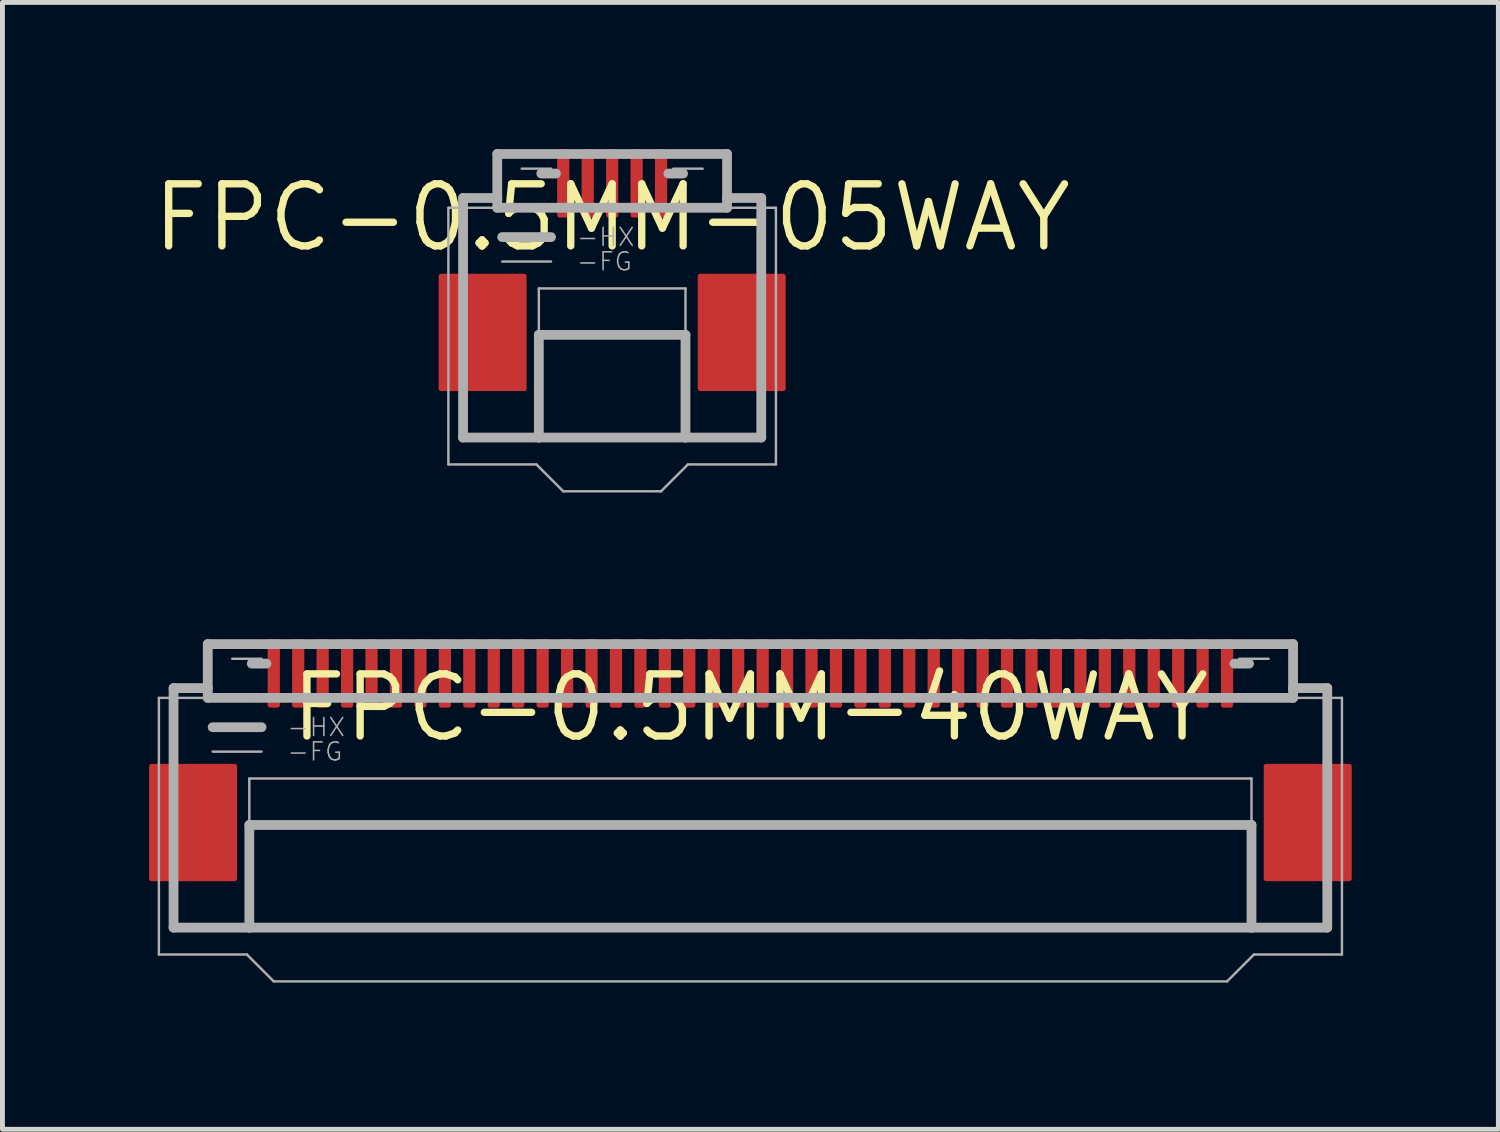
<source format=kicad_pcb>
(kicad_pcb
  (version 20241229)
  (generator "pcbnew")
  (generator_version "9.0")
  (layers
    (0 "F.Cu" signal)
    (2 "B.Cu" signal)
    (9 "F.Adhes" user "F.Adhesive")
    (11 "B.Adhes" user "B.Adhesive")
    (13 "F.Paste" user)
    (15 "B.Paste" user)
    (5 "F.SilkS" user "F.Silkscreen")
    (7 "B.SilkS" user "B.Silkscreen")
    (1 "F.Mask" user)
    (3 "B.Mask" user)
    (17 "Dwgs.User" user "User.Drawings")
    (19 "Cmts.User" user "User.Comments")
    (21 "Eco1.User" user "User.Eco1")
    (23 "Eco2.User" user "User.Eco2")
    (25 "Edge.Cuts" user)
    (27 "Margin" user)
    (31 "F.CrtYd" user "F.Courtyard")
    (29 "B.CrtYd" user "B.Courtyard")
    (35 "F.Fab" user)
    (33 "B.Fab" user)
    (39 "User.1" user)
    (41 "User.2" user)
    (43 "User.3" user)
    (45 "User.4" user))
  (footprint "FPC-0.5MM-05WAY"
    (layer "F.Cu")
    (at 9.472 1.4)
    (property "Reference" "FPC-0.5MM-05WAY" (at 0 0 0) (layer "F.SilkS") (effects (font (size 1.27 1.27) (thickness 0.15))))
    (fp_line (start -3.35 -0.2) (end -3.35 5.05) (stroke (width 0.05) (type solid)) (layer "F.Fab"))
    (fp_line (start -3.35 -0.2) (end 3.35 -0.2) (stroke (width 0.05) (type solid)) (layer "F.Fab"))
    (fp_line (start -3.05 -0.4) (end -3.05 4.5) (stroke (width 0.2) (type solid)) (layer "F.Fab"))
    (fp_line (start -3.05 -0.4) (end -2.35 -0.4) (stroke (width 0.2) (type solid)) (layer "F.Fab"))
    (fp_line (start -3.05 4.5) (end -1.5 4.5) (stroke (width 0.2) (type solid)) (layer "F.Fab"))
    (fp_line (start -2.35 -1.3) (end 2.35 -1.3) (stroke (width 0.2) (type solid)) (layer "F.Fab"))
    (fp_line (start -2.35 -0.4) (end -2.35 -1.3) (stroke (width 0.2) (type solid)) (layer "F.Fab"))
    (fp_line (start -2.35 -0.4) (end -2.35 -0.2) (stroke (width 0.2) (type solid)) (layer "F.Fab"))
    (fp_line (start -2.35 -0.2) (end 2.35 -0.2) (stroke (width 0.2) (type solid)) (layer "F.Fab"))
    (fp_line (start -2.25 0.4) (end -1.25 0.4) (stroke (width 0.2) (type solid)) (layer "F.Fab"))
    (fp_line (start -2.25 0.9) (end -1.25 0.9) (stroke (width 0.05) (type solid)) (layer "F.Fab"))
    (fp_line (start -1.85 -1) (end -1.25 -1) (stroke (width 0.05) (type solid)) (layer "F.Fab"))
    (fp_line (start -1.55 5.05) (end -3.35 5.05) (stroke (width 0.05) (type solid)) (layer "F.Fab"))
    (fp_line (start -1.5 1.45) (end -1.5 2.4) (stroke (width 0.05) (type solid)) (layer "F.Fab"))
    (fp_line (start -1.5 1.45) (end 1.5 1.45) (stroke (width 0.05) (type solid)) (layer "F.Fab"))
    (fp_line (start -1.5 2.4) (end -1.5 4.5) (stroke (width 0.2) (type solid)) (layer "F.Fab"))
    (fp_line (start -1.5 2.4) (end 1.5 2.4) (stroke (width 0.2) (type solid)) (layer "F.Fab"))
    (fp_line (start -1.5 4.5) (end 1.5 4.5) (stroke (width 0.2) (type solid)) (layer "F.Fab"))
    (fp_line (start -1.45 -0.9) (end -1.15 -0.9) (stroke (width 0.2) (type solid)) (layer "F.Fab"))
    (fp_line (start -1 5.6) (end -1.55 5.05) (stroke (width 0.05) (type solid)) (layer "F.Fab"))
    (fp_line (start -1 5.6) (end 1 5.6) (stroke (width 0.05) (type solid)) (layer "F.Fab"))
    (fp_line (start 1 5.6) (end 1.55 5.05) (stroke (width 0.05) (type solid)) (layer "F.Fab"))
    (fp_line (start 1.15 -0.9) (end 1.45 -0.9) (stroke (width 0.2) (type solid)) (layer "F.Fab"))
    (fp_line (start 1.25 -1) (end 1.85 -1) (stroke (width 0.05) (type solid)) (layer "F.Fab"))
    (fp_line (start 1.5 1.45) (end 1.5 2.4) (stroke (width 0.05) (type solid)) (layer "F.Fab"))
    (fp_line (start 1.5 2.4) (end 1.5 4.5) (stroke (width 0.2) (type solid)) (layer "F.Fab"))
    (fp_line (start 1.5 4.5) (end 3.05 4.5) (stroke (width 0.2) (type solid)) (layer "F.Fab"))
    (fp_line (start 1.55 5.05) (end 3.35 5.05) (stroke (width 0.05) (type solid)) (layer "F.Fab"))
    (fp_line (start 2.35 -0.4) (end 2.35 -1.3) (stroke (width 0.2) (type solid)) (layer "F.Fab"))
    (fp_line (start 2.35 -0.4) (end 2.35 -0.2) (stroke (width 0.2) (type solid)) (layer "F.Fab"))
    (fp_line (start 3.05 -0.4) (end 2.35 -0.4) (stroke (width 0.2) (type solid)) (layer "F.Fab"))
    (fp_line (start 3.05 -0.4) (end 3.05 4.5) (stroke (width 0.2) (type solid)) (layer "F.Fab"))
    (fp_line (start 3.35 -0.2) (end 3.35 5.05) (stroke (width 0.05) (type solid)) (layer "F.Fab"))
    (fp_text user "-HX" (at -0.75 0.4 0) (layer "F.Fab") (effects (font (size 0.368 0.368) (thickness 0.032)) (justify left)))
    (fp_text user "-FG" (at -0.75 0.9 0) (layer "F.Fab") (effects (font (size 0.368 0.368) (thickness 0.032)) (justify left)))
    (pad "1" smd roundrect (at 1 -0.7) (size 0.25 1.4) (layers "F.Cu" "F.Mask" "F.Paste") (roundrect_rratio 0.2))
    (pad "2" smd roundrect (at 0.5 -0.7) (size 0.25 1.4) (layers "F.Cu" "F.Mask" "F.Paste") (roundrect_rratio 0.2))
    (pad "3" smd roundrect (at 0 -0.7) (size 0.25 1.4) (layers "F.Cu" "F.Mask" "F.Paste") (roundrect_rratio 0.2))
    (pad "4" smd roundrect (at -0.5 -0.7) (size 0.25 1.4) (layers "F.Cu" "F.Mask" "F.Paste") (roundrect_rratio 0.2))
    (pad "5" smd roundrect (at -1 -0.7) (size 0.25 1.4) (layers "F.Cu" "F.Mask" "F.Paste") (roundrect_rratio 0.2))
    (pad "MT1" smd roundrect (at -2.65 2.35) (size 1.8 2.4) (layers "F.Cu" "F.Mask" "F.Paste") (roundrect_rratio 0.028))
    (pad "MT2" smd roundrect (at 2.65 2.35) (size 1.8 2.4) (layers "F.Cu" "F.Mask" "F.Paste") (roundrect_rratio 0.028)))
  (footprint "FPC-0.5MM-40WAY"
    (layer "F.Cu")
    (at 12.3 11.425)
    (property "Reference" "FPC-0.5MM-40WAY" (at 0 0 0) (layer "F.SilkS") (effects (font (size 1.27 1.27) (thickness 0.15))))
    (fp_line (start -12.1 -0.2) (end -12.1 5.05) (stroke (width 0.05) (type solid)) (layer "F.Fab"))
    (fp_line (start -12.1 -0.2) (end 12.1 -0.2) (stroke (width 0.05) (type solid)) (layer "F.Fab"))
    (fp_line (start -11.8 -0.4) (end -11.8 4.5) (stroke (width 0.2) (type solid)) (layer "F.Fab"))
    (fp_line (start -11.8 -0.4) (end -11.1 -0.4) (stroke (width 0.2) (type solid)) (layer "F.Fab"))
    (fp_line (start -11.8 4.5) (end -10.25 4.5) (stroke (width 0.2) (type solid)) (layer "F.Fab"))
    (fp_line (start -11.1 -1.3) (end 11.1 -1.3) (stroke (width 0.2) (type solid)) (layer "F.Fab"))
    (fp_line (start -11.1 -0.4) (end -11.1 -1.3) (stroke (width 0.2) (type solid)) (layer "F.Fab"))
    (fp_line (start -11.1 -0.4) (end -11.1 -0.2) (stroke (width 0.2) (type solid)) (layer "F.Fab"))
    (fp_line (start -11.1 -0.2) (end 11.1 -0.2) (stroke (width 0.2) (type solid)) (layer "F.Fab"))
    (fp_line (start -11 0.4) (end -10 0.4) (stroke (width 0.2) (type solid)) (layer "F.Fab"))
    (fp_line (start -11 0.9) (end -10 0.9) (stroke (width 0.05) (type solid)) (layer "F.Fab"))
    (fp_line (start -10.6 -1) (end -10 -1) (stroke (width 0.05) (type solid)) (layer "F.Fab"))
    (fp_line (start -10.3 5.05) (end -12.1 5.05) (stroke (width 0.05) (type solid)) (layer "F.Fab"))
    (fp_line (start -10.25 1.45) (end -10.25 2.4) (stroke (width 0.05) (type solid)) (layer "F.Fab"))
    (fp_line (start -10.25 1.45) (end 10.25 1.45) (stroke (width 0.05) (type solid)) (layer "F.Fab"))
    (fp_line (start -10.25 2.4) (end -10.25 4.5) (stroke (width 0.2) (type solid)) (layer "F.Fab"))
    (fp_line (start -10.25 2.4) (end 10.25 2.4) (stroke (width 0.2) (type solid)) (layer "F.Fab"))
    (fp_line (start -10.25 4.5) (end 10.25 4.5) (stroke (width 0.2) (type solid)) (layer "F.Fab"))
    (fp_line (start -10.2 -0.9) (end -9.9 -0.9) (stroke (width 0.2) (type solid)) (layer "F.Fab"))
    (fp_line (start -9.75 5.6) (end -10.3 5.05) (stroke (width 0.05) (type solid)) (layer "F.Fab"))
    (fp_line (start -9.75 5.6) (end 9.75 5.6) (stroke (width 0.05) (type solid)) (layer "F.Fab"))
    (fp_line (start 9.75 5.6) (end 10.3 5.05) (stroke (width 0.05) (type solid)) (layer "F.Fab"))
    (fp_line (start 9.9 -0.9) (end 10.2 -0.9) (stroke (width 0.2) (type solid)) (layer "F.Fab"))
    (fp_line (start 10 -1) (end 10.6 -1) (stroke (width 0.05) (type solid)) (layer "F.Fab"))
    (fp_line (start 10.25 1.45) (end 10.25 2.4) (stroke (width 0.05) (type solid)) (layer "F.Fab"))
    (fp_line (start 10.25 2.4) (end 10.25 4.5) (stroke (width 0.2) (type solid)) (layer "F.Fab"))
    (fp_line (start 10.25 4.5) (end 11.8 4.5) (stroke (width 0.2) (type solid)) (layer "F.Fab"))
    (fp_line (start 10.3 5.05) (end 12.1 5.05) (stroke (width 0.05) (type solid)) (layer "F.Fab"))
    (fp_line (start 11.1 -0.4) (end 11.1 -1.3) (stroke (width 0.2) (type solid)) (layer "F.Fab"))
    (fp_line (start 11.1 -0.4) (end 11.1 -0.2) (stroke (width 0.2) (type solid)) (layer "F.Fab"))
    (fp_line (start 11.8 -0.4) (end 11.1 -0.4) (stroke (width 0.2) (type solid)) (layer "F.Fab"))
    (fp_line (start 11.8 -0.4) (end 11.8 4.5) (stroke (width 0.2) (type solid)) (layer "F.Fab"))
    (fp_line (start 12.1 -0.2) (end 12.1 5.05) (stroke (width 0.05) (type solid)) (layer "F.Fab"))
    (fp_text user "-FG" (at -9.5 0.9 0) (layer "F.Fab") (effects (font (size 0.368 0.368) (thickness 0.032)) (justify left)))
    (fp_text user "-HX" (at -9.5 0.4 0) (layer "F.Fab") (effects (font (size 0.368 0.368) (thickness 0.032)) (justify left)))
    (pad "1" smd roundrect (at 9.75 -0.7) (size 0.25 1.4) (layers "F.Cu" "F.Mask" "F.Paste") (roundrect_rratio 0.2))
    (pad "2" smd roundrect (at 9.25 -0.7) (size 0.25 1.4) (layers "F.Cu" "F.Mask" "F.Paste") (roundrect_rratio 0.2))
    (pad "3" smd roundrect (at 8.75 -0.7) (size 0.25 1.4) (layers "F.Cu" "F.Mask" "F.Paste") (roundrect_rratio 0.2))
    (pad "4" smd roundrect (at 8.25 -0.7) (size 0.25 1.4) (layers "F.Cu" "F.Mask" "F.Paste") (roundrect_rratio 0.2))
    (pad "5" smd roundrect (at 7.75 -0.7) (size 0.25 1.4) (layers "F.Cu" "F.Mask" "F.Paste") (roundrect_rratio 0.2))
    (pad "6" smd roundrect (at 7.25 -0.7) (size 0.25 1.4) (layers "F.Cu" "F.Mask" "F.Paste") (roundrect_rratio 0.2))
    (pad "7" smd roundrect (at 6.75 -0.7) (size 0.25 1.4) (layers "F.Cu" "F.Mask" "F.Paste") (roundrect_rratio 0.2))
    (pad "8" smd roundrect (at 6.25 -0.7) (size 0.25 1.4) (layers "F.Cu" "F.Mask" "F.Paste") (roundrect_rratio 0.2))
    (pad "9" smd roundrect (at 5.75 -0.7) (size 0.25 1.4) (layers "F.Cu" "F.Mask" "F.Paste") (roundrect_rratio 0.2))
    (pad "10" smd roundrect (at 5.25 -0.7) (size 0.25 1.4) (layers "F.Cu" "F.Mask" "F.Paste") (roundrect_rratio 0.2))
    (pad "11" smd roundrect (at 4.75 -0.7) (size 0.25 1.4) (layers "F.Cu" "F.Mask" "F.Paste") (roundrect_rratio 0.2))
    (pad "12" smd roundrect (at 4.25 -0.7) (size 0.25 1.4) (layers "F.Cu" "F.Mask" "F.Paste") (roundrect_rratio 0.2))
    (pad "13" smd roundrect (at 3.75 -0.7) (size 0.25 1.4) (layers "F.Cu" "F.Mask" "F.Paste") (roundrect_rratio 0.2))
    (pad "14" smd roundrect (at 3.25 -0.7) (size 0.25 1.4) (layers "F.Cu" "F.Mask" "F.Paste") (roundrect_rratio 0.2))
    (pad "15" smd roundrect (at 2.75 -0.7) (size 0.25 1.4) (layers "F.Cu" "F.Mask" "F.Paste") (roundrect_rratio 0.2))
    (pad "16" smd roundrect (at 2.25 -0.7) (size 0.25 1.4) (layers "F.Cu" "F.Mask" "F.Paste") (roundrect_rratio 0.2))
    (pad "17" smd roundrect (at 1.75 -0.7) (size 0.25 1.4) (layers "F.Cu" "F.Mask" "F.Paste") (roundrect_rratio 0.2))
    (pad "18" smd roundrect (at 1.25 -0.7) (size 0.25 1.4) (layers "F.Cu" "F.Mask" "F.Paste") (roundrect_rratio 0.2))
    (pad "19" smd roundrect (at 0.75 -0.7) (size 0.25 1.4) (layers "F.Cu" "F.Mask" "F.Paste") (roundrect_rratio 0.2))
    (pad "20" smd roundrect (at 0.25 -0.7) (size 0.25 1.4) (layers "F.Cu" "F.Mask" "F.Paste") (roundrect_rratio 0.2))
    (pad "21" smd roundrect (at -0.25 -0.7) (size 0.25 1.4) (layers "F.Cu" "F.Mask" "F.Paste") (roundrect_rratio 0.2))
    (pad "22" smd roundrect (at -0.75 -0.7) (size 0.25 1.4) (layers "F.Cu" "F.Mask" "F.Paste") (roundrect_rratio 0.2))
    (pad "23" smd roundrect (at -1.25 -0.7) (size 0.25 1.4) (layers "F.Cu" "F.Mask" "F.Paste") (roundrect_rratio 0.2))
    (pad "24" smd roundrect (at -1.75 -0.7) (size 0.25 1.4) (layers "F.Cu" "F.Mask" "F.Paste") (roundrect_rratio 0.2))
    (pad "25" smd roundrect (at -2.25 -0.7) (size 0.25 1.4) (layers "F.Cu" "F.Mask" "F.Paste") (roundrect_rratio 0.2))
    (pad "26" smd roundrect (at -2.75 -0.7) (size 0.25 1.4) (layers "F.Cu" "F.Mask" "F.Paste") (roundrect_rratio 0.2))
    (pad "27" smd roundrect (at -3.25 -0.7) (size 0.25 1.4) (layers "F.Cu" "F.Mask" "F.Paste") (roundrect_rratio 0.2))
    (pad "28" smd roundrect (at -3.75 -0.7) (size 0.25 1.4) (layers "F.Cu" "F.Mask" "F.Paste") (roundrect_rratio 0.2))
    (pad "29" smd roundrect (at -4.25 -0.7) (size 0.25 1.4) (layers "F.Cu" "F.Mask" "F.Paste") (roundrect_rratio 0.2))
    (pad "30" smd roundrect (at -4.75 -0.7) (size 0.25 1.4) (layers "F.Cu" "F.Mask" "F.Paste") (roundrect_rratio 0.2))
    (pad "31" smd roundrect (at -5.25 -0.7) (size 0.25 1.4) (layers "F.Cu" "F.Mask" "F.Paste") (roundrect_rratio 0.2))
    (pad "32" smd roundrect (at -5.75 -0.7) (size 0.25 1.4) (layers "F.Cu" "F.Mask" "F.Paste") (roundrect_rratio 0.2))
    (pad "33" smd roundrect (at -6.25 -0.7) (size 0.25 1.4) (layers "F.Cu" "F.Mask" "F.Paste") (roundrect_rratio 0.2))
    (pad "34" smd roundrect (at -6.75 -0.7) (size 0.25 1.4) (layers "F.Cu" "F.Mask" "F.Paste") (roundrect_rratio 0.2))
    (pad "35" smd roundrect (at -7.25 -0.7) (size 0.25 1.4) (layers "F.Cu" "F.Mask" "F.Paste") (roundrect_rratio 0.2))
    (pad "36" smd roundrect (at -7.75 -0.7) (size 0.25 1.4) (layers "F.Cu" "F.Mask" "F.Paste") (roundrect_rratio 0.2))
    (pad "37" smd roundrect (at -8.25 -0.7) (size 0.25 1.4) (layers "F.Cu" "F.Mask" "F.Paste") (roundrect_rratio 0.2))
    (pad "38" smd roundrect (at -8.75 -0.7) (size 0.25 1.4) (layers "F.Cu" "F.Mask" "F.Paste") (roundrect_rratio 0.2))
    (pad "39" smd roundrect (at -9.25 -0.7) (size 0.25 1.4) (layers "F.Cu" "F.Mask" "F.Paste") (roundrect_rratio 0.2))
    (pad "40" smd roundrect (at -9.75 -0.7) (size 0.25 1.4) (layers "F.Cu" "F.Mask" "F.Paste") (roundrect_rratio 0.2))
    (pad "MT1" smd roundrect (at -11.4 2.35) (size 1.8 2.4) (layers "F.Cu" "F.Mask" "F.Paste") (roundrect_rratio 0.028))
    (pad "MT2" smd roundrect (at 11.4 2.35) (size 1.8 2.4) (layers "F.Cu" "F.Mask" "F.Paste") (roundrect_rratio 0.028)))
  (gr_rect
    (start -3 -3)
    (end 27.6 20.05)
    (stroke (width 0.1) (type default))
    (fill no)
    (layer "Edge.Cuts")))
</source>
